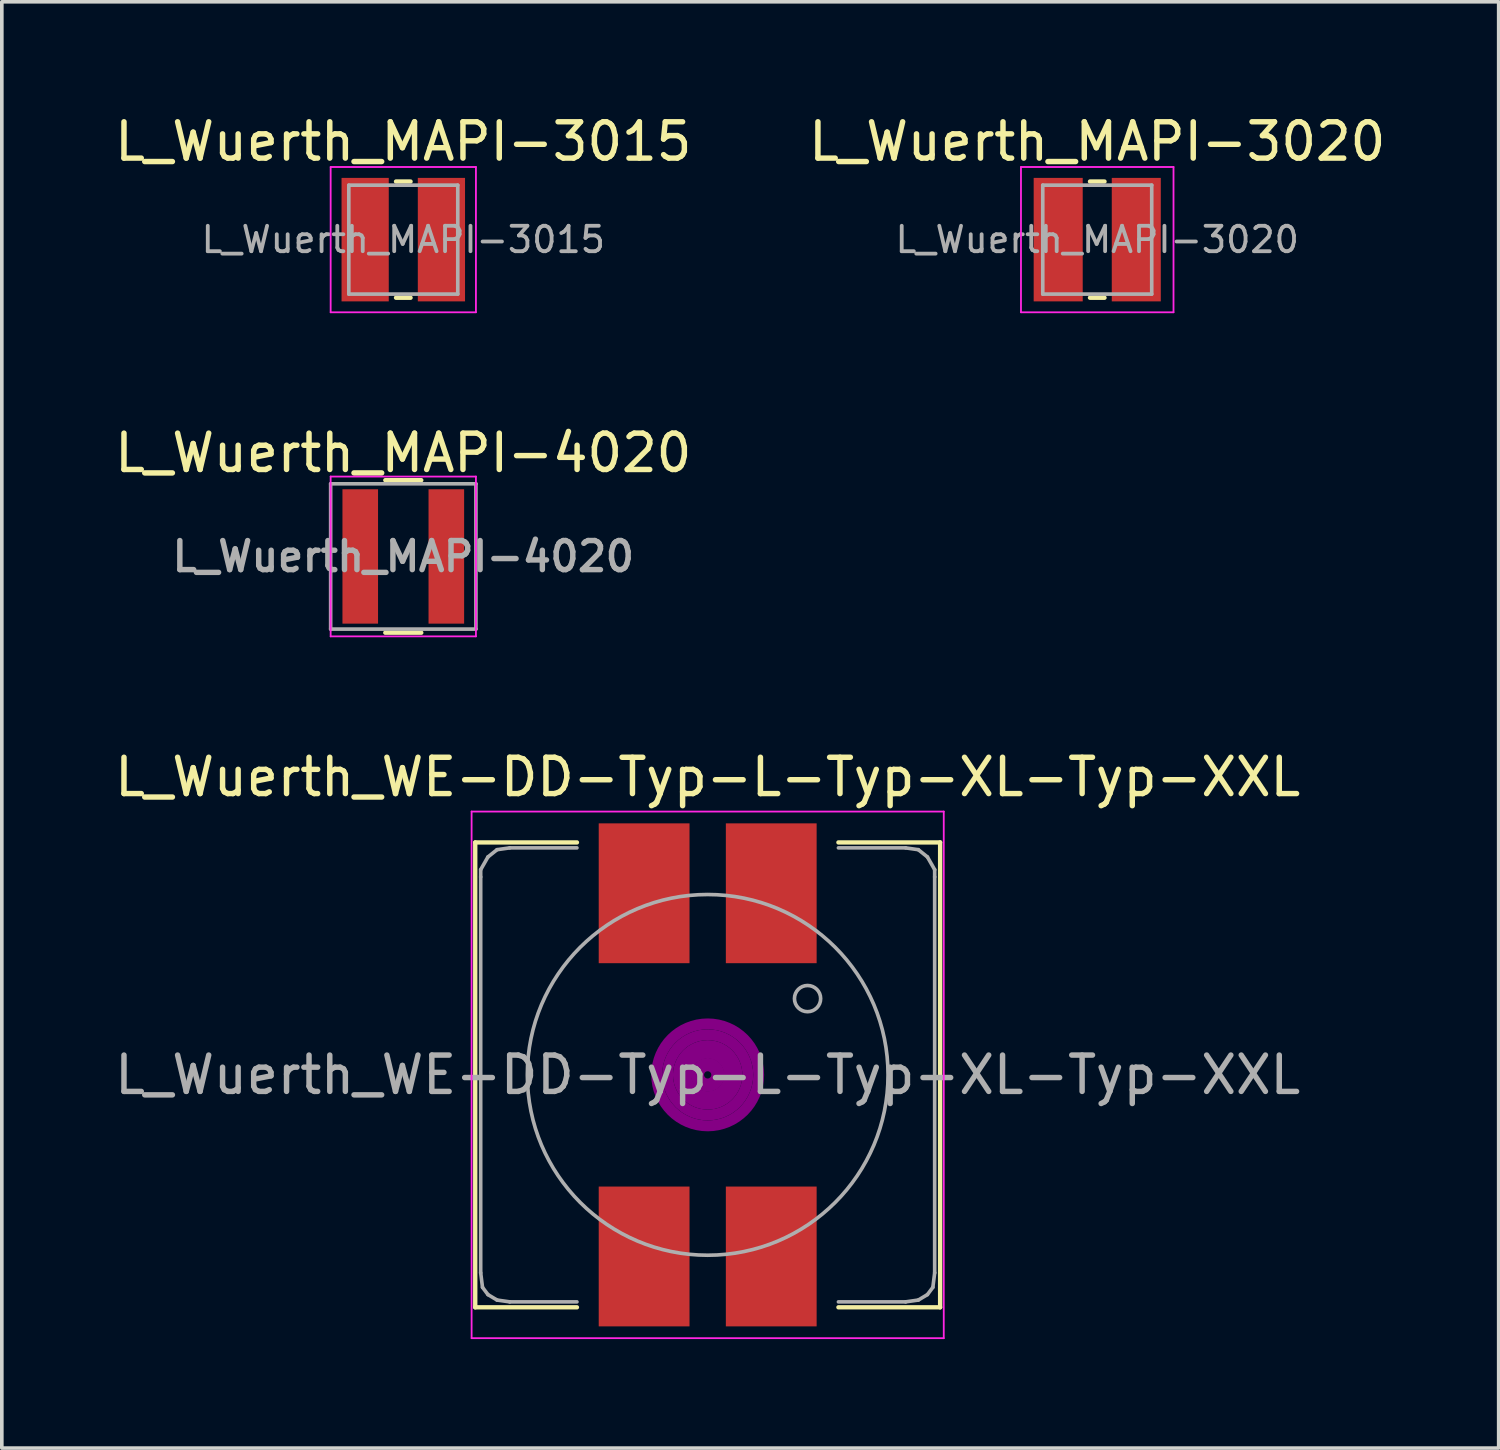
<source format=kicad_pcb>
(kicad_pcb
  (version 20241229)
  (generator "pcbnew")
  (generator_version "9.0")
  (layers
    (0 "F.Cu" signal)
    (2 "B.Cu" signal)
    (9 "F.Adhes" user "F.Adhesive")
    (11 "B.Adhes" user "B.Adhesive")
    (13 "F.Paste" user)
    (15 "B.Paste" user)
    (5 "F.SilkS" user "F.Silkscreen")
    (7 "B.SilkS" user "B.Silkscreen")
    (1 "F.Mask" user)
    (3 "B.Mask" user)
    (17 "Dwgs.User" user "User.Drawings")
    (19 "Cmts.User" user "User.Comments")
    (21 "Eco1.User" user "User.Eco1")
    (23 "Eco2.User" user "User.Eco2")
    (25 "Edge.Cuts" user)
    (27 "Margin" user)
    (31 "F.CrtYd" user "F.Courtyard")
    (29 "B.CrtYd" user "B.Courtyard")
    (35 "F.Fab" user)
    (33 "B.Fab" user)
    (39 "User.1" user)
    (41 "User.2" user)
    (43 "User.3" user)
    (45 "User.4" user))
  (footprint "L_Wuerth_MAPI-3015"
    (layer "F.Cu")
    (at 8.054 3.548)
    (property "Reference" "L_Wuerth_MAPI-3015" (at 0 -2.7 0) (layer "F.SilkS") (effects (font (size 1 1) (thickness 0.15))))
    (attr smd)
    (fp_line (start -0.2 -1.6) (end 0.2 -1.6) (stroke (width 0.12) (type solid)) (layer "F.SilkS"))
    (fp_line (start -0.2 1.6) (end 0.2 1.6) (stroke (width 0.12) (type solid)) (layer "F.SilkS"))
    (fp_line (start -2 -2) (end -2 2) (stroke (width 0.05) (type solid)) (layer "F.CrtYd"))
    (fp_line (start -2 2) (end 2 2) (stroke (width 0.05) (type solid)) (layer "F.CrtYd"))
    (fp_line (start 2 -2) (end -2 -2) (stroke (width 0.05) (type solid)) (layer "F.CrtYd"))
    (fp_line (start 2 2) (end 2 -2) (stroke (width 0.05) (type solid)) (layer "F.CrtYd"))
    (fp_line (start -1.5 -1.5) (end -1.5 1.5) (stroke (width 0.1) (type solid)) (layer "F.Fab"))
    (fp_line (start -1.5 1.5) (end 1.5 1.5) (stroke (width 0.1) (type solid)) (layer "F.Fab"))
    (fp_line (start 1.5 -1.5) (end -1.5 -1.5) (stroke (width 0.1) (type solid)) (layer "F.Fab"))
    (fp_line (start 1.5 1.5) (end 1.5 -1.5) (stroke (width 0.1) (type solid)) (layer "F.Fab"))
    (fp_text user "${REFERENCE}" (at 0 0 0) (layer "F.Fab") (effects (font (size 0.7 0.7) (thickness 0.105))))
    (pad "1" smd rect (at -1.05 0) (size 1.3 3.4) (layers "F.Cu" "F.Mask" "F.Paste"))
    (pad "2" smd rect (at 1.05 0) (size 1.3 3.4) (layers "F.Cu" "F.Mask" "F.Paste")))
  (footprint "L_Wuerth_MAPI-3020"
    (layer "F.Cu")
    (at 27.161 3.548)
    (property "Reference" "L_Wuerth_MAPI-3020" (at 0 -2.7 0) (layer "F.SilkS") (effects (font (size 1 1) (thickness 0.15))))
    (attr smd)
    (fp_line (start -0.2 -1.6) (end 0.2 -1.6) (stroke (width 0.12) (type solid)) (layer "F.SilkS"))
    (fp_line (start -0.2 1.6) (end 0.2 1.6) (stroke (width 0.12) (type solid)) (layer "F.SilkS"))
    (fp_line (start -2.1 -2) (end -2.1 2) (stroke (width 0.05) (type solid)) (layer "F.CrtYd"))
    (fp_line (start -2.1 2) (end 2.1 2) (stroke (width 0.05) (type solid)) (layer "F.CrtYd"))
    (fp_line (start 2.1 -2) (end -2.1 -2) (stroke (width 0.05) (type solid)) (layer "F.CrtYd"))
    (fp_line (start 2.1 2) (end 2.1 -2) (stroke (width 0.05) (type solid)) (layer "F.CrtYd"))
    (fp_line (start -1.5 -1.5) (end -1.5 1.5) (stroke (width 0.1) (type solid)) (layer "F.Fab"))
    (fp_line (start -1.5 1.5) (end 1.5 1.5) (stroke (width 0.1) (type solid)) (layer "F.Fab"))
    (fp_line (start 1.5 -1.5) (end -1.5 -1.5) (stroke (width 0.1) (type solid)) (layer "F.Fab"))
    (fp_line (start 1.5 1.5) (end 1.5 -1.5) (stroke (width 0.1) (type solid)) (layer "F.Fab"))
    (fp_text user "${REFERENCE}" (at 0 0 0) (layer "F.Fab") (effects (font (size 0.7 0.7) (thickness 0.105))))
    (pad "1" smd rect (at -1.075 0) (size 1.35 3.4) (layers "F.Cu" "F.Mask" "F.Paste"))
    (pad "2" smd rect (at 1.075 0) (size 1.35 3.4) (layers "F.Cu" "F.Mask" "F.Paste")))
  (footprint "L_Wuerth_MAPI-4020"
    (layer "F.Cu")
    (at 8.054 12.271)
    (property "Reference" "L_Wuerth_MAPI-4020" (at 0 -2.85 0) (layer "F.SilkS") (effects (font (size 1 1) (thickness 0.15))))
    (attr smd)
    (fp_line (start -0.495 -2.1) (end 0.495 -2.1) (stroke (width 0.12) (type solid)) (layer "F.SilkS"))
    (fp_line (start -0.495 2.1) (end 0.495 2.1) (stroke (width 0.12) (type solid)) (layer "F.SilkS"))
    (fp_line (start -2 -2.2) (end -2 2.2) (stroke (width 0.05) (type solid)) (layer "F.CrtYd"))
    (fp_line (start -2 2.2) (end 2 2.2) (stroke (width 0.05) (type solid)) (layer "F.CrtYd"))
    (fp_line (start 2 -2.2) (end -2 -2.2) (stroke (width 0.05) (type solid)) (layer "F.CrtYd"))
    (fp_line (start 2 2.2) (end 2 -2.2) (stroke (width 0.05) (type solid)) (layer "F.CrtYd"))
    (fp_line (start -2 -2) (end -2 2) (stroke (width 0.1) (type solid)) (layer "F.Fab"))
    (fp_line (start -2 2) (end 2 2) (stroke (width 0.1) (type solid)) (layer "F.Fab"))
    (fp_line (start 2 -2) (end -2 -2) (stroke (width 0.1) (type solid)) (layer "F.Fab"))
    (fp_line (start 2 2) (end 2 -2) (stroke (width 0.1) (type solid)) (layer "F.Fab"))
    (fp_text user "${REFERENCE}" (at 0 0 0) (layer "F.Fab") (effects (font (size 0.8 0.8) (thickness 0.15))))
    (pad "1" smd rect (at -1.185 0) (size 0.98 3.7) (layers "F.Cu" "F.Mask" "F.Paste"))
    (pad "2" smd rect (at 1.185 0) (size 0.98 3.7) (layers "F.Cu" "F.Mask" "F.Paste")))
  (footprint "L_Wuerth_WE-DD-Typ-L-Typ-XL-Typ-XXL"
    (layer "F.Cu")
    (at 16.435 26.545)
    (property "Reference" "L_Wuerth_WE-DD-Typ-L-Typ-XL-Typ-XXL" (at 0 -8.2 0) (layer "F.SilkS") (effects (font (size 1 1) (thickness 0.15))))
    (attr smd)
    (fp_line (start -6.4 -6.4) (end -3.6 -6.4) (stroke (width 0.12) (type solid)) (layer "F.SilkS"))
    (fp_line (start -6.4 6.4) (end -6.4 -6.4) (stroke (width 0.12) (type solid)) (layer "F.SilkS"))
    (fp_line (start -3.6 6.4) (end -6.4 6.4) (stroke (width 0.12) (type solid)) (layer "F.SilkS"))
    (fp_line (start 3.6 -6.4) (end 6.4 -6.4) (stroke (width 0.12) (type solid)) (layer "F.SilkS"))
    (fp_line (start 6.4 -6.4) (end 6.4 6.4) (stroke (width 0.12) (type solid)) (layer "F.SilkS"))
    (fp_line (start 6.4 6.4) (end 3.6 6.4) (stroke (width 0.12) (type solid)) (layer "F.SilkS"))
    (fp_circle (center 0 0) (end 0.1 0) (stroke (width 0.3) (type solid)) (fill no) (layer "F.Adhes"))
    (fp_circle (center 0 0) (end 0.3 0.1) (stroke (width 0.3) (type solid)) (fill no) (layer "F.Adhes"))
    (fp_circle (center 0 0) (end 0.6 0) (stroke (width 0.3) (type solid)) (fill no) (layer "F.Adhes"))
    (fp_circle (center 0 0) (end 0.8 -0.1) (stroke (width 0.3) (type solid)) (fill no) (layer "F.Adhes"))
    (fp_circle (center 0 0) (end 1.1 -0.1) (stroke (width 0.3) (type solid)) (fill no) (layer "F.Adhes"))
    (fp_circle (center 0 0) (end 1.4 -0.1) (stroke (width 0.3) (type solid)) (fill no) (layer "F.Adhes"))
    (fp_line (start -6.5 -7.25) (end 6.5 -7.25) (stroke (width 0.05) (type solid)) (layer "F.CrtYd"))
    (fp_line (start -6.5 7.25) (end -6.5 -7.25) (stroke (width 0.05) (type solid)) (layer "F.CrtYd"))
    (fp_line (start 6.5 -7.25) (end 6.5 7.25) (stroke (width 0.05) (type solid)) (layer "F.CrtYd"))
    (fp_line (start 6.5 7.25) (end -6.5 7.25) (stroke (width 0.05) (type solid)) (layer "F.CrtYd"))
    (fp_line (start -6.25 -5.65) (end -6.25 -5.45) (stroke (width 0.1) (type solid)) (layer "F.Fab"))
    (fp_line (start -6.25 -5.45) (end -6.25 5.45) (stroke (width 0.1) (type solid)) (layer "F.Fab"))
    (fp_line (start -6.2 5.85) (end -6.25 5.45) (stroke (width 0.1) (type solid)) (layer "F.Fab"))
    (fp_line (start -6.05 -6) (end -6.25 -5.65) (stroke (width 0.1) (type solid)) (layer "F.Fab"))
    (fp_line (start -6.05 6.05) (end -6.2 5.85) (stroke (width 0.1) (type solid)) (layer "F.Fab"))
    (fp_line (start -5.8 -6.2) (end -6.05 -6) (stroke (width 0.1) (type solid)) (layer "F.Fab"))
    (fp_line (start -5.8 6.2) (end -6.05 6.05) (stroke (width 0.1) (type solid)) (layer "F.Fab"))
    (fp_line (start -5.45 -6.25) (end -5.8 -6.2) (stroke (width 0.1) (type solid)) (layer "F.Fab"))
    (fp_line (start -5.45 6.25) (end -5.8 6.2) (stroke (width 0.1) (type solid)) (layer "F.Fab"))
    (fp_line (start -3.6 -6.25) (end -5.45 -6.25) (stroke (width 0.1) (type solid)) (layer "F.Fab"))
    (fp_line (start -3.6 6.25) (end -5.45 6.25) (stroke (width 0.1) (type solid)) (layer "F.Fab"))
    (fp_line (start 3.6 -6.25) (end 5.45 -6.25) (stroke (width 0.1) (type solid)) (layer "F.Fab"))
    (fp_line (start 3.6 6.25) (end 5.45 6.25) (stroke (width 0.1) (type solid)) (layer "F.Fab"))
    (fp_line (start 5.45 -6.25) (end 5.8 -6.2) (stroke (width 0.1) (type solid)) (layer "F.Fab"))
    (fp_line (start 5.45 6.25) (end 5.8 6.2) (stroke (width 0.1) (type solid)) (layer "F.Fab"))
    (fp_line (start 5.8 -6.2) (end 6.05 -6) (stroke (width 0.1) (type solid)) (layer "F.Fab"))
    (fp_line (start 5.8 6.2) (end 6.05 6.05) (stroke (width 0.1) (type solid)) (layer "F.Fab"))
    (fp_line (start 6.05 -6) (end 6.25 -5.65) (stroke (width 0.1) (type solid)) (layer "F.Fab"))
    (fp_line (start 6.05 6.05) (end 6.2 5.85) (stroke (width 0.1) (type solid)) (layer "F.Fab"))
    (fp_line (start 6.2 5.85) (end 6.25 5.45) (stroke (width 0.1) (type solid)) (layer "F.Fab"))
    (fp_line (start 6.25 -5.65) (end 6.25 -5.45) (stroke (width 0.1) (type solid)) (layer "F.Fab"))
    (fp_line (start 6.25 -5.45) (end 6.25 5.45) (stroke (width 0.1) (type solid)) (layer "F.Fab"))
    (fp_circle (center 0 0) (end 2.1 4.5) (stroke (width 0.1) (type solid)) (fill no) (layer "F.Fab"))
    (fp_circle (center 2.75 -2.1) (end 3.05 -1.9) (stroke (width 0.1) (type solid)) (fill no) (layer "F.Fab"))
    (fp_text user "${REFERENCE}" (at 0 0 0) (layer "F.Fab") (effects (font (size 1 1) (thickness 0.15))))
    (pad "1" smd rect (at -1.75 -5) (size 2.5 3.85) (layers "F.Cu" "F.Mask" "F.Paste"))
    (pad "2" smd rect (at 1.75 -5) (size 2.5 3.85) (layers "F.Cu" "F.Mask" "F.Paste"))
    (pad "3" smd rect (at 1.75 5) (size 2.5 3.85) (layers "F.Cu" "F.Mask" "F.Paste"))
    (pad "4" smd rect (at -1.75 5) (size 2.5 3.85) (layers "F.Cu" "F.Mask" "F.Paste")))
  (gr_rect
    (start -3 -3)
    (end 38.214 36.82)
    (stroke (width 0.1) (type default))
    (fill no)
    (layer "Edge.Cuts")))
</source>
